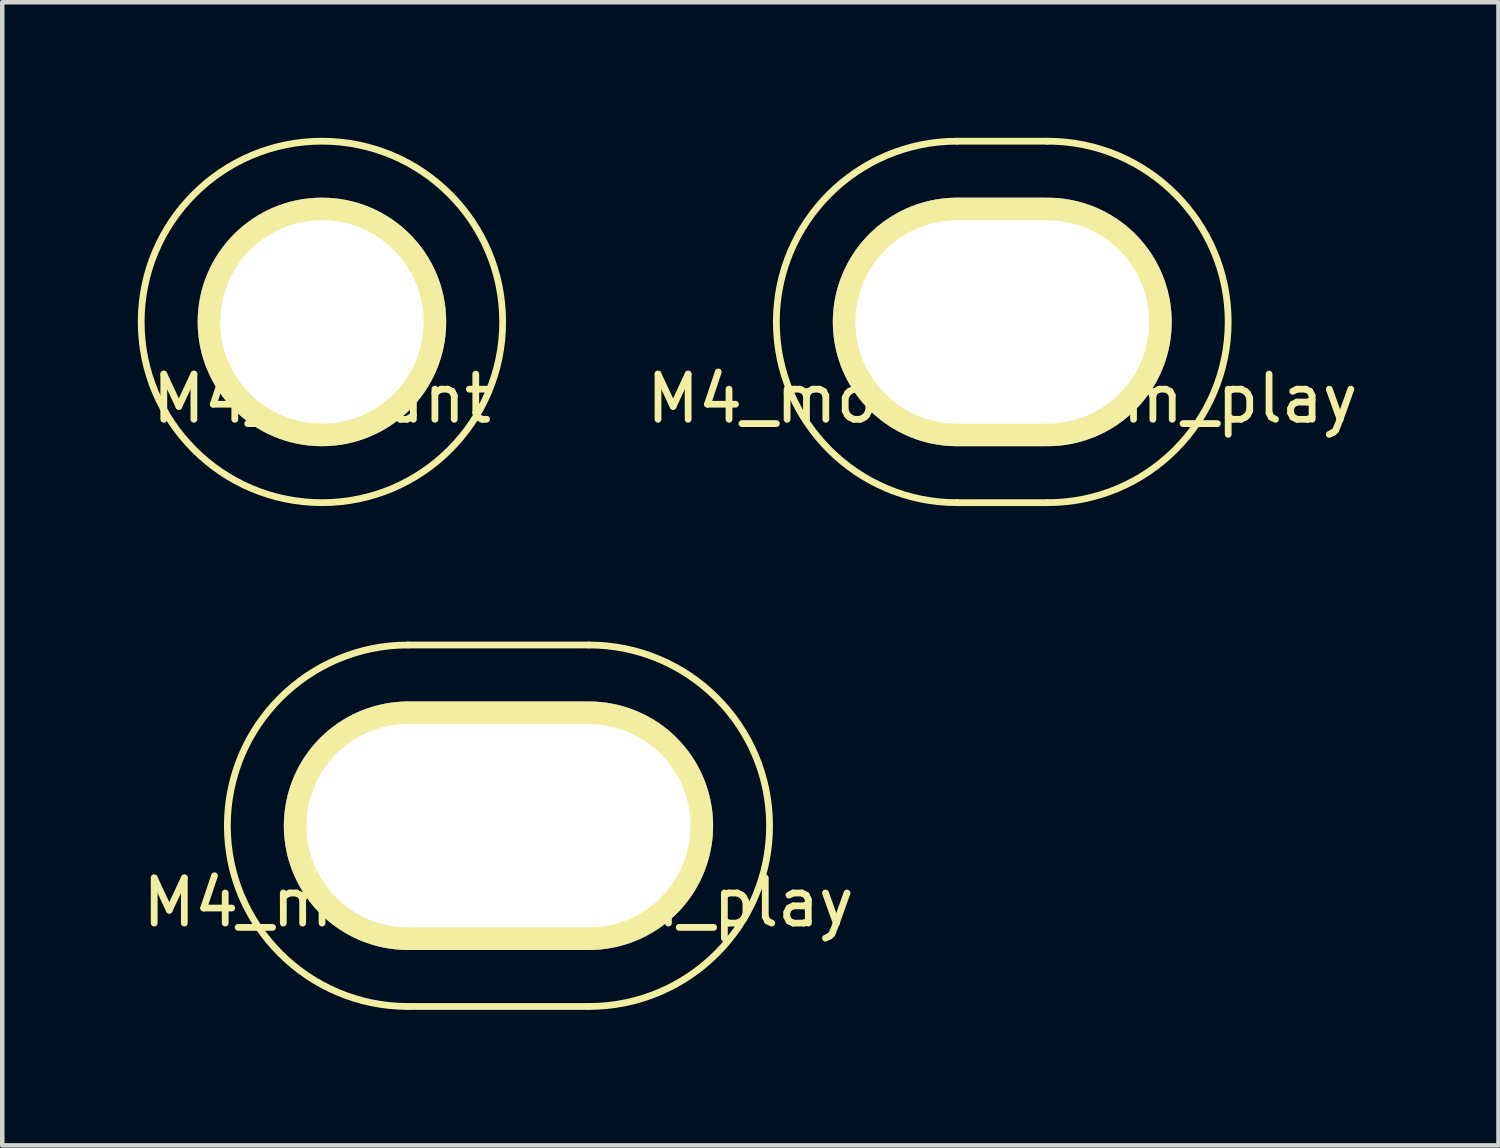
<source format=kicad_pcb>
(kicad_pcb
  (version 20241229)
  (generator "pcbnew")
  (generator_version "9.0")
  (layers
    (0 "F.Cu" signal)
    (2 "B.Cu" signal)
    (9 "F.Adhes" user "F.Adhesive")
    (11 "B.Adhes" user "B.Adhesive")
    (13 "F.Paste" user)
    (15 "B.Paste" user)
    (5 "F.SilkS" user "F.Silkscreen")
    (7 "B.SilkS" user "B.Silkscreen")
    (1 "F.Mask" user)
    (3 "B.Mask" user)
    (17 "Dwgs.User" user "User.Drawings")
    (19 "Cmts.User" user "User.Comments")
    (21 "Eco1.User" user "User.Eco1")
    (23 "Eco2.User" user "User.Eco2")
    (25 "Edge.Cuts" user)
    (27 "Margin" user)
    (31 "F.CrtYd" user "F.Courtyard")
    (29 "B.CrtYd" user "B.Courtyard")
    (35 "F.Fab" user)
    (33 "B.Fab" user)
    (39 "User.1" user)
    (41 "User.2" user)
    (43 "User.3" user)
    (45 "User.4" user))
  (footprint "M4_mount_2mm_play"
    (layer "F.Cu")
    (at 19.132 4.075)
    (property "Reference" "M4_mount_2mm_play" (at 0 1.7 0) (layer "F.SilkS") (effects (font (size 1 1) (thickness 0.15))))
    (attr through_hole)
    (fp_line (start -1 -4) (end 1 -4) (stroke (width 0.15) (type solid)) (layer "F.SilkS"))
    (fp_line (start 1 4) (end -1 4) (stroke (width 0.15) (type solid)) (layer "F.SilkS"))
    (fp_arc (start -1 4) (mid -5 0) (end -1 -4) (stroke (width 0.15) (type solid)) (layer "F.SilkS"))
    (fp_arc (start 1 -4) (mid 5 0) (end 1 4) (stroke (width 0.15) (type solid)) (layer "F.SilkS"))
    (pad "1" thru_hole oval (at 0 0) (size 7.5 5.5) (drill oval 6.5 4.5) (layers "*.Cu" "*.Mask" "F.SilkS")))
  (footprint "M4_mount_4mm_play"
    (layer "F.Cu")
    (at 7.982 15.225)
    (property "Reference" "M4_mount_4mm_play" (at 0 1.7 0) (layer "F.SilkS") (effects (font (size 1 1) (thickness 0.15))))
    (attr through_hole)
    (fp_line (start -2 -4) (end 2 -4) (stroke (width 0.15) (type solid)) (layer "F.SilkS"))
    (fp_line (start -2 4) (end 2 4) (stroke (width 0.15) (type solid)) (layer "F.SilkS"))
    (fp_arc (start -2 4) (mid -6 0) (end -2 -4) (stroke (width 0.15) (type solid)) (layer "F.SilkS"))
    (fp_arc (start 2 -4) (mid 6 0) (end 2 4) (stroke (width 0.15) (type solid)) (layer "F.SilkS"))
    (pad "1" thru_hole oval (at 0 0) (size 9.5 5.5) (drill oval 8.5 4.5) (layers "*.Cu" "*.Mask" "F.SilkS")))
  (footprint "M4_mount"
    (layer "F.Cu")
    (at 4.075 4.075)
    (property "Reference" "M4_mount" (at 0 1.7 0) (layer "F.SilkS") (effects (font (size 1 1) (thickness 0.15))))
    (attr through_hole)
    (fp_circle (center 0 0) (end 4 0) (stroke (width 0.15) (type solid)) (fill no) (layer "F.SilkS"))
    (pad "1" thru_hole circle (at 0 0) (size 5.5 5.5) (drill 4.5) (layers "*.Cu" "*.Mask" "F.SilkS")))
  (gr_rect
    (start -3 -3)
    (end 30.114 22.3)
    (stroke (width 0.1) (type default))
    (fill no)
    (layer "Edge.Cuts")))
</source>
